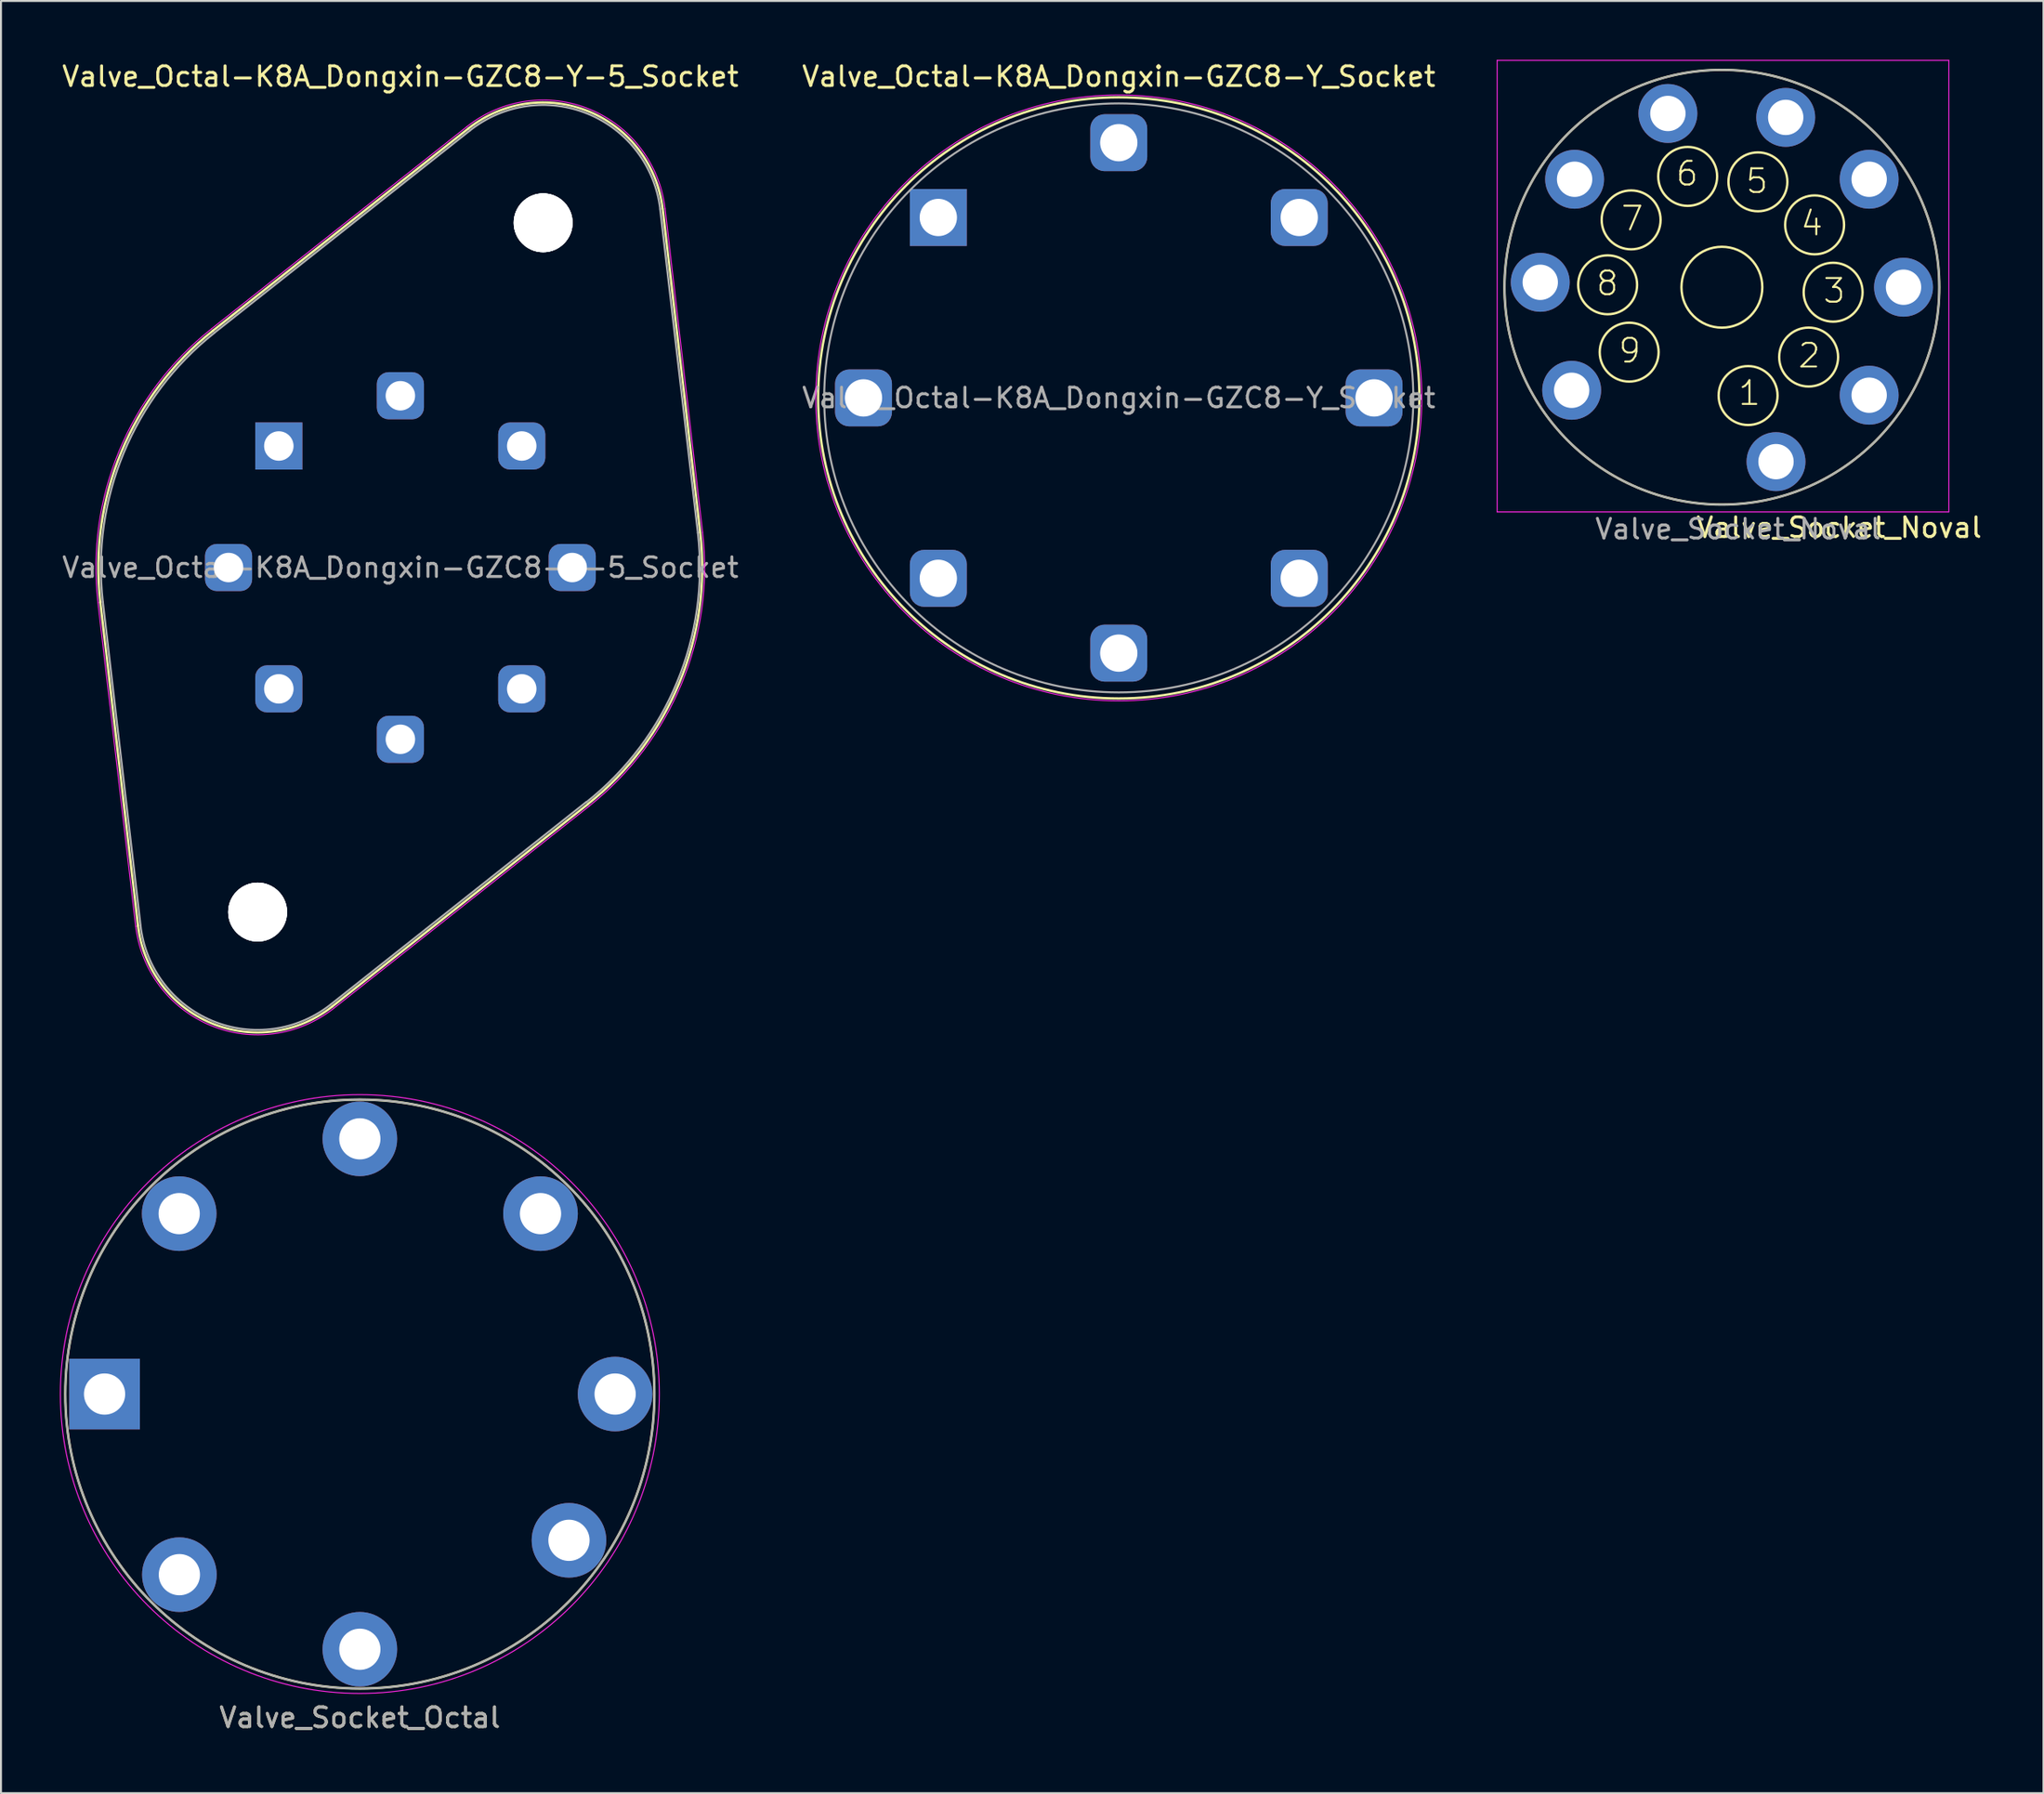
<source format=kicad_pcb>
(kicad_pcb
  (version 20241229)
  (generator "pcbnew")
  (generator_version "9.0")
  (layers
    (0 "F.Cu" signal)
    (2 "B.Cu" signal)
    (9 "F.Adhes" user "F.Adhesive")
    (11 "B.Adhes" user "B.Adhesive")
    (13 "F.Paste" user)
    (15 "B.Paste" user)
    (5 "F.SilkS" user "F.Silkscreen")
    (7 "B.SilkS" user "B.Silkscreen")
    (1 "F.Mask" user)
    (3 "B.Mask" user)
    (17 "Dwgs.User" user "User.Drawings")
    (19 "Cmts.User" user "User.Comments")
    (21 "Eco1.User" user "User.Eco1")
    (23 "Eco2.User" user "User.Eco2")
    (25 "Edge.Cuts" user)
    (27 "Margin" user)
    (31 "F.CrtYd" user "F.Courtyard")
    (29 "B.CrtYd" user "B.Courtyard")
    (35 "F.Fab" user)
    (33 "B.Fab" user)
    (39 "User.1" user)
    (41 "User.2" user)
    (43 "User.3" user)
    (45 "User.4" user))
  (footprint "Valve_Socket_Noval"
    (layer "F.Cu")
    (at 87.392 20.465)
    (property "Reference" "Valve_Socket_Noval" (at -4.153 3.942 0) (layer "F.SilkS") (effects (font (size 1 1) (thickness 0.15)) (justify left bottom)))
    (attr through_hole)
    (fp_circle (center -8.574 -9.008) (end -7.074 -9.008) (stroke (width 0.12) (type solid)) (fill no) (layer "F.SilkS"))
    (fp_circle (center -7.478 -5.578) (end -5.978 -5.578) (stroke (width 0.12) (type solid)) (fill no) (layer "F.SilkS"))
    (fp_circle (center -7.378 -12.315) (end -5.878 -12.315) (stroke (width 0.12) (type solid)) (fill no) (layer "F.SilkS"))
    (fp_circle (center -4.498 -14.53) (end -2.998 -14.53) (stroke (width 0.12) (type solid)) (fill no) (layer "F.SilkS"))
    (fp_circle (center -2.756 -8.885) (end -0.697 -8.885) (stroke (width 0.12) (type solid)) (fill no) (layer "F.SilkS"))
    (fp_circle (center -2.756 -8.885) (end 8.315 -8.885) (stroke (width 0.12) (type solid)) (fill no) (layer "F.SilkS"))
    (fp_circle (center -1.422 -3.367) (end 0.078 -3.367) (stroke (width 0.12) (type solid)) (fill no) (layer "F.SilkS"))
    (fp_circle (center -0.922 -14.253) (end 0.578 -14.253) (stroke (width 0.12) (type solid)) (fill no) (layer "F.SilkS"))
    (fp_circle (center 1.662 -5.328) (end 3.162 -5.328) (stroke (width 0.12) (type solid)) (fill no) (layer "F.SilkS"))
    (fp_circle (center 1.966 -12.061) (end 3.466 -12.061) (stroke (width 0.12) (type solid)) (fill no) (layer "F.SilkS"))
    (fp_circle (center 2.908 -8.631) (end 4.408 -8.631) (stroke (width 0.12) (type solid)) (fill no) (layer "F.SilkS"))
    (fp_line (start -14.2 -20.44) (end 8.8 -20.44) (stroke (width 0.05) (type solid)) (layer "F.CrtYd"))
    (fp_line (start -14.2 2.56) (end -14.2 -20.44) (stroke (width 0.05) (type solid)) (layer "F.CrtYd"))
    (fp_line (start 8.8 -20.44) (end 8.8 2.56) (stroke (width 0.05) (type solid)) (layer "F.CrtYd"))
    (fp_line (start 8.8 2.56) (end -14.2 2.56) (stroke (width 0.05) (type solid)) (layer "F.CrtYd"))
    (fp_circle (center -2.756 -8.885) (end 8.315 -8.885) (stroke (width 0.1) (type solid)) (fill no) (layer "F.Fab"))
    (fp_text user "4" (at 1.181 -11.425 0) (layer "F.SilkS") (effects (font (size 1.206 1.206) (thickness 0.102)) (justify left bottom)))
    (fp_text user "2" (at 1.054 -4.694 0) (layer "F.SilkS") (effects (font (size 1.206 1.206) (thickness 0.102)) (justify left bottom)))
    (fp_text user "3" (at 2.324 -7.996 0) (layer "F.SilkS") (effects (font (size 1.206 1.206) (thickness 0.102)) (justify left bottom)))
    (fp_text user "8" (at -9.233 -8.377 0) (layer "F.SilkS") (effects (font (size 1.206 1.206) (thickness 0.102)) (justify left bottom)))
    (fp_text user "9" (at -8.09 -4.948 0) (layer "F.SilkS") (effects (font (size 1.206 1.206) (thickness 0.102)) (justify left bottom)))
    (fp_text user "1" (at -1.994 -2.789 0) (layer "F.SilkS") (effects (font (size 1.206 1.206) (thickness 0.102)) (justify left bottom)))
    (fp_text user "7" (at -7.963 -11.679 0) (layer "F.SilkS") (effects (font (size 1.206 1.206) (thickness 0.102)) (justify left bottom)))
    (fp_text user "5" (at -1.613 -13.584 0) (layer "F.SilkS") (effects (font (size 1.206 1.206) (thickness 0.102)) (justify left bottom)))
    (fp_text user "6" (at -5.169 -13.965 0) (layer "F.SilkS") (effects (font (size 1.206 1.206) (thickness 0.102)) (justify left bottom)))
    (fp_text user "${REFERENCE}" (at -1.93 3.434 0) (layer "F.Fab") (effects (font (size 1 1) (thickness 0.15))))
    (pad "1" thru_hole circle (at 0 0) (size 3 3) (drill 1.8) (layers "*.Cu" "*.Mask"))
    (pad "2" thru_hole circle (at 4.744 -3.385) (size 3 3) (drill 1.8) (layers "*.Cu" "*.Mask"))
    (pad "3" thru_hole circle (at 6.494 -8.885) (size 3 3) (drill 1.8) (layers "*.Cu" "*.Mask"))
    (pad "4" thru_hole circle (at 4.744 -14.385) (size 3 3) (drill 1.8) (layers "*.Cu" "*.Mask"))
    (pad "5" thru_hole circle (at 0.494 -17.535) (size 3 3) (drill 1.8) (layers "*.Cu" "*.Mask"))
    (pad "6" thru_hole circle (at -5.506 -17.735) (size 3 3) (drill 1.8) (layers "*.Cu" "*.Mask"))
    (pad "7" thru_hole circle (at -10.256 -14.385) (size 3 3) (drill 1.8) (layers "*.Cu" "*.Mask"))
    (pad "8" thru_hole circle (at -12.006 -9.135) (size 3 3) (drill 1.8) (layers "*.Cu" "*.Mask"))
    (pad "9" thru_hole circle (at -10.406 -3.635) (size 3 3) (drill 1.8) (layers "*.Cu" "*.Mask")))
  (footprint "Valve_Octal-K8A_Dongxin-GZC8-Y_Socket"
    (layer "F.Cu")
    (at 44.733 8.028)
    (property "Reference" "Valve_Octal-K8A_Dongxin-GZC8-Y_Socket" (at 9.19 -7.18 0) (layer "F.SilkS") (effects (font (size 1 1) (thickness 0.15))))
    (attr through_hole)
    (fp_circle (center 9.19 9.19) (end 24.5 9.19) (stroke (width 0.12) (type solid)) (fill no) (layer "F.SilkS"))
    (fp_circle (center 9.19 9.19) (end 24.62 9.19) (stroke (width 0.05) (type solid)) (fill no) (layer "F.CrtYd"))
    (fp_circle (center 9.19 9.19) (end 24.19 9.19) (stroke (width 0.1) (type solid)) (fill no) (layer "F.Fab"))
    (fp_text user "${REFERENCE}" (at 9.19 9.19 0) (layer "F.Fab") (effects (font (size 1 1) (thickness 0.15))))
    (pad "1" thru_hole rect (at 0 0) (size 2.9 2.9) (drill 1.9) (layers "*.Cu" "*.Mask"))
    (pad "2" thru_hole roundrect (at -3.81 9.19) (size 2.9 2.9) (drill 1.9) (layers "*.Cu" "*.Mask") (roundrect_rratio 0.25))
    (pad "3" thru_hole roundrect (at 0 18.38) (size 2.9 2.9) (drill 1.9) (layers "*.Cu" "*.Mask") (roundrect_rratio 0.25))
    (pad "4" thru_hole roundrect (at 9.19 22.19) (size 2.9 2.9) (drill 1.9) (layers "*.Cu" "*.Mask") (roundrect_rratio 0.25))
    (pad "5" thru_hole roundrect (at 18.38 18.38) (size 2.9 2.9) (drill 1.9) (layers "*.Cu" "*.Mask") (roundrect_rratio 0.25))
    (pad "6" thru_hole roundrect (at 22.19 9.19) (size 2.9 2.9) (drill 1.9) (layers "*.Cu" "*.Mask") (roundrect_rratio 0.25))
    (pad "7" thru_hole roundrect (at 18.38 0) (size 2.9 2.9) (drill 1.9) (layers "*.Cu" "*.Mask") (roundrect_rratio 0.25))
    (pad "8" thru_hole roundrect (at 9.19 -3.81) (size 2.9 2.9) (drill 1.9) (layers "*.Cu" "*.Mask") (roundrect_rratio 0.25)))
  (footprint "Valve_Octal-K8A_Dongxin-GZC8-Y-5_Socket"
    (layer "F.Cu")
    (at 11.149 19.668)
    (property "Reference" "Valve_Octal-K8A_Dongxin-GZC8-Y-5_Socket" (at 6.19 -18.82 0) (layer "F.SilkS") (effects (font (size 1 1) (thickness 0.15))))
    (attr through_hole)
    (fp_line (start -7.17 24.45) (end -9.09 7.96) (stroke (width 0.12) (type solid)) (layer "F.SilkS"))
    (fp_line (start -3.36 -5.87) (end 9.65 -16.17) (stroke (width 0.12) (type solid)) (layer "F.SilkS"))
    (fp_line (start 2.72 28.55) (end 15.73 18.25) (stroke (width 0.12) (type solid)) (layer "F.SilkS"))
    (fp_line (start 19.55 -12.07) (end 21.46 4.41) (stroke (width 0.12) (type solid)) (layer "F.SilkS"))
    (fp_arc (start -9.09 7.96) (mid -8.018456 0.296692) (end -3.351461 -5.875315) (stroke (width 0.12) (type solid)) (layer "F.SilkS"))
    (fp_arc (start 2.72 28.55) (mid -3.431312 29.401045) (end -7.169562 24.442375) (stroke (width 0.12) (type solid)) (layer "F.SilkS"))
    (fp_arc (start 9.65 -16.17) (mid 15.797709 -17.034911) (end 19.546316 -12.08614) (stroke (width 0.12) (type solid)) (layer "F.SilkS"))
    (fp_arc (start 21.46 4.41) (mid 20.39459 12.069705) (end 15.734707 18.24155) (stroke (width 0.12) (type solid)) (layer "F.SilkS"))
    (fp_line (start -7.29 24.46) (end -9.21 7.98) (stroke (width 0.05) (type solid)) (layer "F.CrtYd"))
    (fp_line (start -3.43 -5.97) (end 9.58 -16.27) (stroke (width 0.05) (type solid)) (layer "F.CrtYd"))
    (fp_line (start 2.8 28.64) (end 15.81 18.34) (stroke (width 0.05) (type solid)) (layer "F.CrtYd"))
    (fp_line (start 19.67 -12.09) (end 21.58 4.4) (stroke (width 0.05) (type solid)) (layer "F.CrtYd"))
    (fp_arc (start -9.21 7.98) (mid -8.13301 0.255737) (end -3.431582 -5.966861) (stroke (width 0.05) (type solid)) (layer "F.CrtYd"))
    (fp_arc (start 2.8 28.64) (mid -3.470975 29.514741) (end -7.288184 24.463086) (stroke (width 0.05) (type solid)) (layer "F.CrtYd"))
    (fp_arc (start 9.58 -16.27) (mid 15.850975 -17.144741) (end 19.668184 -12.093086) (stroke (width 0.05) (type solid)) (layer "F.CrtYd"))
    (fp_arc (start 21.58 4.4) (mid 20.504276 12.119394) (end 15.806323 18.338355) (stroke (width 0.05) (type solid)) (layer "F.CrtYd"))
    (fp_line (start -7.04 24.43) (end -8.96 7.95) (stroke (width 0.1) (type solid)) (layer "F.Fab"))
    (fp_line (start -3.28 -5.77) (end 9.73 -16.07) (stroke (width 0.1) (type solid)) (layer "F.Fab"))
    (fp_line (start 2.64 28.45) (end 15.65 18.14) (stroke (width 0.1) (type solid)) (layer "F.Fab"))
    (fp_line (start 19.42 -12.06) (end 21.34 4.43) (stroke (width 0.1) (type solid)) (layer "F.Fab"))
    (fp_arc (start -8.96 7.95) (mid -7.900035 0.35125) (end -3.274587 -5.770004) (stroke (width 0.1) (type solid)) (layer "F.Fab"))
    (fp_arc (start 2.64 28.45) (mid -3.382914 29.28248) (end -7.042435 24.426924) (stroke (width 0.1) (type solid)) (layer "F.Fab"))
    (fp_arc (start 9.73 -16.07) (mid 15.749311 -16.916346) (end 19.419189 -12.070689) (stroke (width 0.1) (type solid)) (layer "F.Fab"))
    (fp_arc (start 21.34 4.43) (mid 20.280035 12.02875) (end 15.654587 18.150004) (stroke (width 0.1) (type solid)) (layer "F.Fab"))
    (fp_text user "${REFERENCE}" (at 6.19 6.19 0) (layer "F.Fab") (effects (font (size 1 1) (thickness 0.15))))
    (pad "" np_thru_hole circle (at -1.08 23.74) (size 3 3) (drill 3) (layers "*.Cu" "*.Mask"))
    (pad "" np_thru_hole circle (at -1.08 23.74) (size 3 3) (drill 3) (layers "*.Cu" "*.Mask"))
    (pad "" np_thru_hole circle (at -1.08 23.74) (size 3 3) (drill 3) (layers "*.Cu" "*.Mask"))
    (pad "" np_thru_hole circle (at 13.46 -11.37) (size 3 3) (drill 3) (layers "*.Cu" "*.Mask"))
    (pad "" np_thru_hole circle (at 13.46 -11.37) (size 3 3) (drill 3) (layers "*.Cu" "*.Mask"))
    (pad "" np_thru_hole circle (at 13.46 -11.37) (size 3 3) (drill 3) (layers "*.Cu" "*.Mask"))
    (pad "1" thru_hole rect (at 0 0) (size 2.4 2.4) (drill 1.5) (layers "*.Cu" "*.Mask"))
    (pad "2" thru_hole roundrect (at -2.56 6.19) (size 2.4 2.4) (drill 1.5) (layers "*.Cu" "*.Mask") (roundrect_rratio 0.25))
    (pad "3" thru_hole roundrect (at 0 12.37) (size 2.4 2.4) (drill 1.5) (layers "*.Cu" "*.Mask") (roundrect_rratio 0.25))
    (pad "4" thru_hole roundrect (at 6.19 14.94) (size 2.4 2.4) (drill 1.5) (layers "*.Cu" "*.Mask") (roundrect_rratio 0.25))
    (pad "5" thru_hole roundrect (at 12.37 12.37) (size 2.4 2.4) (drill 1.5) (layers "*.Cu" "*.Mask") (roundrect_rratio 0.25))
    (pad "6" thru_hole roundrect (at 14.94 6.19) (size 2.4 2.4) (drill 1.5) (layers "*.Cu" "*.Mask") (roundrect_rratio 0.25))
    (pad "7" thru_hole roundrect (at 12.37 0) (size 2.4 2.4) (drill 1.5) (layers "*.Cu" "*.Mask") (roundrect_rratio 0.25))
    (pad "8" thru_hole roundrect (at 6.19 -2.56) (size 2.4 2.4) (drill 1.5) (layers "*.Cu" "*.Mask") (roundrect_rratio 0.25)))
  (footprint "Valve_Socket_Octal"
    (layer "F.Cu")
    (at 2.275 67.958)
    (property "Reference" "Valve_Socket_Octal" (at 13 16.48 0) (layer "F.SilkS") (effects (font (size 1 1) (thickness 0.15))))
    (attr through_hole)
    (fp_circle (center 13 0) (end 28 0) (stroke (width 0.12) (type solid)) (fill no) (layer "F.SilkS"))
    (fp_circle (center 13 0) (end 28.25 0) (stroke (width 0.05) (type solid)) (fill no) (layer "F.CrtYd"))
    (fp_circle (center 13 0) (end 28 0) (stroke (width 0.1) (type solid)) (fill no) (layer "F.Fab"))
    (fp_text user "${REFERENCE}" (at 13 16.48 0) (layer "F.Fab") (effects (font (size 1 1) (thickness 0.15))))
    (pad "1" thru_hole rect (at 0 0) (size 3.6 3.6) (drill 2.1) (layers "*.Cu" "*.Mask"))
    (pad "2" thru_hole circle (at 3.81 9.2) (size 3.8 3.8) (drill 2.1) (layers "*.Cu" "*.Mask"))
    (pad "3" thru_hole circle (at 13 13) (size 3.8 3.8) (drill 2.1) (layers "*.Cu" "*.Mask"))
    (pad "4" thru_hole circle (at 23.65 7.45) (size 3.8 3.8) (drill 2.1) (layers "*.Cu" "*.Mask"))
    (pad "5" thru_hole circle (at 26 0) (size 3.8 3.8) (drill 2.1) (layers "*.Cu" "*.Mask"))
    (pad "6" thru_hole circle (at 22.2 -9.19) (size 3.8 3.8) (drill 2.1) (layers "*.Cu" "*.Mask"))
    (pad "7" thru_hole circle (at 13 -13) (size 3.8 3.8) (drill 2.1) (layers "*.Cu" "*.Mask"))
    (pad "8" thru_hole circle (at 3.8 -9.19) (size 3.8 3.8) (drill 2.1) (layers "*.Cu" "*.Mask")))
  (gr_rect
    (start -3 -3)
    (end 101.013 88.287)
    (stroke (width 0.1) (type default))
    (fill no)
    (layer "Edge.Cuts")))
</source>
